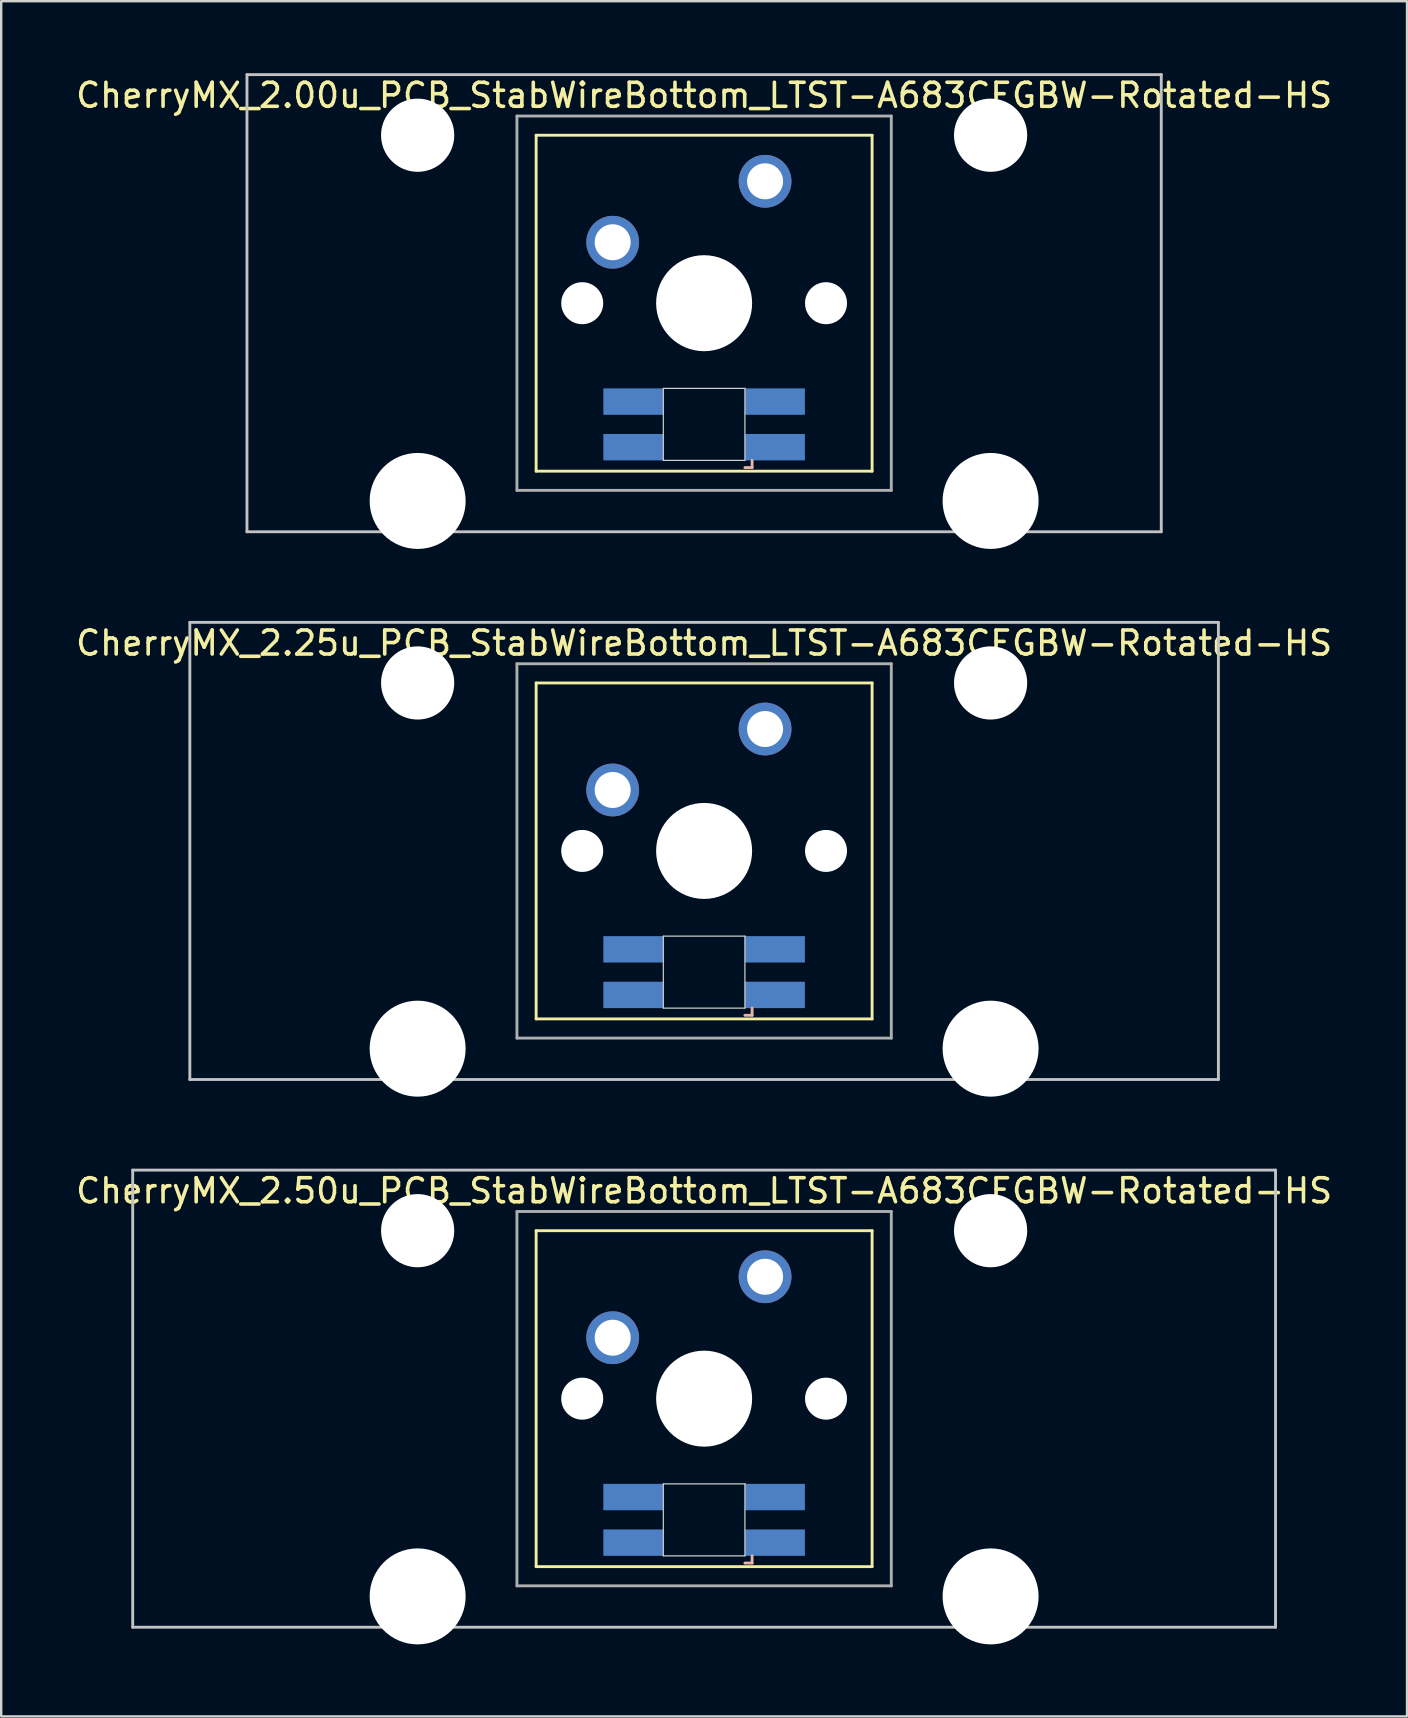
<source format=kicad_pcb>
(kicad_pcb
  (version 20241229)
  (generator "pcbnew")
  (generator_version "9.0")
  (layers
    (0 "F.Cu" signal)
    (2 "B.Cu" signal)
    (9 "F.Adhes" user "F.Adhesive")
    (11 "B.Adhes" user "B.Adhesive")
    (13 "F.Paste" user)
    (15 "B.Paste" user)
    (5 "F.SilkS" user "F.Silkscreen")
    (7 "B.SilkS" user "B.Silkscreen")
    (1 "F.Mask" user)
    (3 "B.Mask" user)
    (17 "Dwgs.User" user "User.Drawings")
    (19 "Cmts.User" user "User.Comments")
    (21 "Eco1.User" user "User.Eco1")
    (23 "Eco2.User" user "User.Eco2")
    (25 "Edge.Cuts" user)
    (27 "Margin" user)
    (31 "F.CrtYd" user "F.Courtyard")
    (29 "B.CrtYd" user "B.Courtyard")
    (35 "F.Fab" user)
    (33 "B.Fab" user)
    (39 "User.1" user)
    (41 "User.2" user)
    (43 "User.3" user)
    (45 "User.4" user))
  (footprint "CherryMX_2.50u_PCB_StabWireBottom_LTST-A683CEGBW-Rotated-HS"
    (layer "F.Cu")
    (at 26.292 55.235)
    (property "Reference" "CherryMX_2.50u_PCB_StabWireBottom_LTST-A683CEGBW-Rotated-HS" (at 0 -8.662 0) (layer "F.SilkS") (effects (font (size 1 1) (thickness 0.15))))
    (attr through_hole)
    (fp_line (start -7 -7) (end -7 7) (stroke (width 0.12) (type solid)) (layer "F.SilkS"))
    (fp_line (start -7 -7) (end 7 -7) (stroke (width 0.12) (type solid)) (layer "F.SilkS"))
    (fp_line (start 7 -7) (end 7 7) (stroke (width 0.12) (type solid)) (layer "F.SilkS"))
    (fp_line (start 7 7) (end -7 7) (stroke (width 0.12) (type solid)) (layer "F.SilkS"))
    (fp_line (start 1.7 6.85) (end 2 6.85) (stroke (width 0.12) (type solid)) (layer "B.SilkS"))
    (fp_line (start 2 6.85) (end 2 6.55) (stroke (width 0.12) (type solid)) (layer "B.SilkS"))
    (fp_line (start -23.812 -9.525) (end 23.812 -9.525) (stroke (width 0.12) (type solid)) (layer "Dwgs.User"))
    (fp_line (start -23.812 9.525) (end -23.812 -9.525) (stroke (width 0.12) (type solid)) (layer "Dwgs.User"))
    (fp_line (start 23.812 -9.525) (end 23.812 9.525) (stroke (width 0.12) (type solid)) (layer "Dwgs.User"))
    (fp_line (start 23.812 9.525) (end -23.812 9.525) (stroke (width 0.12) (type solid)) (layer "Dwgs.User"))
    (fp_line (start -1.7 3.55) (end 1.7 3.55) (stroke (width 0.05) (type solid)) (layer "Edge.Cuts"))
    (fp_line (start -1.7 6.55) (end -1.7 3.55) (stroke (width 0.05) (type solid)) (layer "Edge.Cuts"))
    (fp_line (start 1.7 3.55) (end 1.7 6.55) (stroke (width 0.05) (type solid)) (layer "Edge.Cuts"))
    (fp_line (start 1.7 6.55) (end -1.7 6.55) (stroke (width 0.05) (type solid)) (layer "Edge.Cuts"))
    (fp_line (start -7.8 -7.8) (end -7.8 7.8) (stroke (width 0.12) (type solid)) (layer "F.Fab"))
    (fp_line (start -7.8 -7.8) (end 7.8 -7.8) (stroke (width 0.12) (type solid)) (layer "F.Fab"))
    (fp_line (start -7.8 7.8) (end 7.8 7.8) (stroke (width 0.12) (type solid)) (layer "F.Fab"))
    (fp_line (start 7.8 -7.8) (end 7.8 7.8) (stroke (width 0.12) (type solid)) (layer "F.Fab"))
    (pad "" np_thru_hole circle (at -11.938 -7) (size 3.05 3.05) (drill 3.05) (layers "*.Cu" "*.Mask"))
    (pad "" np_thru_hole circle (at -11.938 8.24) (size 4 4) (drill 4) (layers "*.Cu" "*.Mask"))
    (pad "" np_thru_hole circle (at -5.08 0) (size 1.75 1.75) (drill 1.75) (layers "*.Cu" "*.Mask"))
    (pad "" np_thru_hole circle (at 0 0) (size 4 4) (drill 4) (layers "*.Cu" "*.Mask"))
    (pad "" np_thru_hole circle (at 5.08 0) (size 1.75 1.75) (drill 1.75) (layers "*.Cu" "*.Mask"))
    (pad "" np_thru_hole circle (at 11.938 -7) (size 3.05 3.05) (drill 3.05) (layers "*.Cu" "*.Mask"))
    (pad "" np_thru_hole circle (at 11.938 8.24) (size 4 4) (drill 4) (layers "*.Cu" "*.Mask"))
    (pad "1" thru_hole circle (at -3.81 -2.54) (size 2.2 2.2) (drill 1.5) (layers "*.Cu" "*.Mask"))
    (pad "2" thru_hole circle (at 2.54 -5.08) (size 2.2 2.2) (drill 1.5) (layers "*.Cu" "*.Mask"))
    (pad "3" smd rect (at 2.95 6) (size 2.5 1.1) (layers "B.Cu" "B.Mask" "B.Paste"))
    (pad "4" smd rect (at 2.95 4.1) (size 2.5 1.1) (layers "B.Cu" "B.Mask" "B.Paste"))
    (pad "5" smd rect (at -2.95 6) (size 2.5 1.1) (layers "B.Cu" "B.Mask" "B.Paste"))
    (pad "6" smd rect (at -2.95 4.1) (size 2.5 1.1) (layers "B.Cu" "B.Mask" "B.Paste")))
  (footprint "CherryMX_2.00u_PCB_StabWireBottom_LTST-A683CEGBW-Rotated-HS"
    (layer "F.Cu")
    (at 26.292 9.585)
    (property "Reference" "CherryMX_2.00u_PCB_StabWireBottom_LTST-A683CEGBW-Rotated-HS" (at 0 -8.662 0) (layer "F.SilkS") (effects (font (size 1 1) (thickness 0.15))))
    (attr through_hole)
    (fp_line (start -7 -7) (end -7 7) (stroke (width 0.12) (type solid)) (layer "F.SilkS"))
    (fp_line (start -7 -7) (end 7 -7) (stroke (width 0.12) (type solid)) (layer "F.SilkS"))
    (fp_line (start 7 -7) (end 7 7) (stroke (width 0.12) (type solid)) (layer "F.SilkS"))
    (fp_line (start 7 7) (end -7 7) (stroke (width 0.12) (type solid)) (layer "F.SilkS"))
    (fp_line (start 1.7 6.85) (end 2 6.85) (stroke (width 0.12) (type solid)) (layer "B.SilkS"))
    (fp_line (start 2 6.85) (end 2 6.55) (stroke (width 0.12) (type solid)) (layer "B.SilkS"))
    (fp_line (start -19.05 -9.525) (end 19.05 -9.525) (stroke (width 0.12) (type solid)) (layer "Dwgs.User"))
    (fp_line (start -19.05 9.525) (end -19.05 -9.525) (stroke (width 0.12) (type solid)) (layer "Dwgs.User"))
    (fp_line (start 19.05 -9.525) (end 19.05 9.525) (stroke (width 0.12) (type solid)) (layer "Dwgs.User"))
    (fp_line (start 19.05 9.525) (end -19.05 9.525) (stroke (width 0.12) (type solid)) (layer "Dwgs.User"))
    (fp_line (start -1.7 3.55) (end 1.7 3.55) (stroke (width 0.05) (type solid)) (layer "Edge.Cuts"))
    (fp_line (start -1.7 6.55) (end -1.7 3.55) (stroke (width 0.05) (type solid)) (layer "Edge.Cuts"))
    (fp_line (start 1.7 3.55) (end 1.7 6.55) (stroke (width 0.05) (type solid)) (layer "Edge.Cuts"))
    (fp_line (start 1.7 6.55) (end -1.7 6.55) (stroke (width 0.05) (type solid)) (layer "Edge.Cuts"))
    (fp_line (start -7.8 -7.8) (end -7.8 7.8) (stroke (width 0.12) (type solid)) (layer "F.Fab"))
    (fp_line (start -7.8 -7.8) (end 7.8 -7.8) (stroke (width 0.12) (type solid)) (layer "F.Fab"))
    (fp_line (start -7.8 7.8) (end 7.8 7.8) (stroke (width 0.12) (type solid)) (layer "F.Fab"))
    (fp_line (start 7.8 -7.8) (end 7.8 7.8) (stroke (width 0.12) (type solid)) (layer "F.Fab"))
    (pad "" np_thru_hole circle (at -11.938 -7) (size 3.05 3.05) (drill 3.05) (layers "*.Cu" "*.Mask"))
    (pad "" np_thru_hole circle (at -11.938 8.24) (size 4 4) (drill 4) (layers "*.Cu" "*.Mask"))
    (pad "" np_thru_hole circle (at -5.08 0) (size 1.75 1.75) (drill 1.75) (layers "*.Cu" "*.Mask"))
    (pad "" np_thru_hole circle (at 0 0) (size 4 4) (drill 4) (layers "*.Cu" "*.Mask"))
    (pad "" np_thru_hole circle (at 5.08 0) (size 1.75 1.75) (drill 1.75) (layers "*.Cu" "*.Mask"))
    (pad "" np_thru_hole circle (at 11.938 -7) (size 3.05 3.05) (drill 3.05) (layers "*.Cu" "*.Mask"))
    (pad "" np_thru_hole circle (at 11.938 8.24) (size 4 4) (drill 4) (layers "*.Cu" "*.Mask"))
    (pad "1" thru_hole circle (at -3.81 -2.54) (size 2.2 2.2) (drill 1.5) (layers "*.Cu" "*.Mask"))
    (pad "2" thru_hole circle (at 2.54 -5.08) (size 2.2 2.2) (drill 1.5) (layers "*.Cu" "*.Mask"))
    (pad "3" smd rect (at 2.95 6) (size 2.5 1.1) (layers "B.Cu" "B.Mask" "B.Paste"))
    (pad "4" smd rect (at 2.95 4.1) (size 2.5 1.1) (layers "B.Cu" "B.Mask" "B.Paste"))
    (pad "5" smd rect (at -2.95 6) (size 2.5 1.1) (layers "B.Cu" "B.Mask" "B.Paste"))
    (pad "6" smd rect (at -2.95 4.1) (size 2.5 1.1) (layers "B.Cu" "B.Mask" "B.Paste")))
  (footprint "CherryMX_2.25u_PCB_StabWireBottom_LTST-A683CEGBW-Rotated-HS"
    (layer "F.Cu")
    (at 26.292 32.41)
    (property "Reference" "CherryMX_2.25u_PCB_StabWireBottom_LTST-A683CEGBW-Rotated-HS" (at 0 -8.662 0) (layer "F.SilkS") (effects (font (size 1 1) (thickness 0.15))))
    (attr through_hole)
    (fp_line (start -7 -7) (end -7 7) (stroke (width 0.12) (type solid)) (layer "F.SilkS"))
    (fp_line (start -7 -7) (end 7 -7) (stroke (width 0.12) (type solid)) (layer "F.SilkS"))
    (fp_line (start 7 -7) (end 7 7) (stroke (width 0.12) (type solid)) (layer "F.SilkS"))
    (fp_line (start 7 7) (end -7 7) (stroke (width 0.12) (type solid)) (layer "F.SilkS"))
    (fp_line (start 1.7 6.85) (end 2 6.85) (stroke (width 0.12) (type solid)) (layer "B.SilkS"))
    (fp_line (start 2 6.85) (end 2 6.55) (stroke (width 0.12) (type solid)) (layer "B.SilkS"))
    (fp_line (start -21.431 -9.525) (end 21.431 -9.525) (stroke (width 0.12) (type solid)) (layer "Dwgs.User"))
    (fp_line (start -21.431 9.525) (end -21.431 -9.525) (stroke (width 0.12) (type solid)) (layer "Dwgs.User"))
    (fp_line (start 21.431 -9.525) (end 21.431 9.525) (stroke (width 0.12) (type solid)) (layer "Dwgs.User"))
    (fp_line (start 21.431 9.525) (end -21.431 9.525) (stroke (width 0.12) (type solid)) (layer "Dwgs.User"))
    (fp_line (start -1.7 3.55) (end 1.7 3.55) (stroke (width 0.05) (type solid)) (layer "Edge.Cuts"))
    (fp_line (start -1.7 6.55) (end -1.7 3.55) (stroke (width 0.05) (type solid)) (layer "Edge.Cuts"))
    (fp_line (start 1.7 3.55) (end 1.7 6.55) (stroke (width 0.05) (type solid)) (layer "Edge.Cuts"))
    (fp_line (start 1.7 6.55) (end -1.7 6.55) (stroke (width 0.05) (type solid)) (layer "Edge.Cuts"))
    (fp_line (start -7.8 -7.8) (end -7.8 7.8) (stroke (width 0.12) (type solid)) (layer "F.Fab"))
    (fp_line (start -7.8 -7.8) (end 7.8 -7.8) (stroke (width 0.12) (type solid)) (layer "F.Fab"))
    (fp_line (start -7.8 7.8) (end 7.8 7.8) (stroke (width 0.12) (type solid)) (layer "F.Fab"))
    (fp_line (start 7.8 -7.8) (end 7.8 7.8) (stroke (width 0.12) (type solid)) (layer "F.Fab"))
    (pad "" np_thru_hole circle (at -11.938 -7) (size 3.05 3.05) (drill 3.05) (layers "*.Cu" "*.Mask"))
    (pad "" np_thru_hole circle (at -11.938 8.24) (size 4 4) (drill 4) (layers "*.Cu" "*.Mask"))
    (pad "" np_thru_hole circle (at -5.08 0) (size 1.75 1.75) (drill 1.75) (layers "*.Cu" "*.Mask"))
    (pad "" np_thru_hole circle (at 0 0) (size 4 4) (drill 4) (layers "*.Cu" "*.Mask"))
    (pad "" np_thru_hole circle (at 5.08 0) (size 1.75 1.75) (drill 1.75) (layers "*.Cu" "*.Mask"))
    (pad "" np_thru_hole circle (at 11.938 -7) (size 3.05 3.05) (drill 3.05) (layers "*.Cu" "*.Mask"))
    (pad "" np_thru_hole circle (at 11.938 8.24) (size 4 4) (drill 4) (layers "*.Cu" "*.Mask"))
    (pad "1" thru_hole circle (at -3.81 -2.54) (size 2.2 2.2) (drill 1.5) (layers "*.Cu" "*.Mask"))
    (pad "2" thru_hole circle (at 2.54 -5.08) (size 2.2 2.2) (drill 1.5) (layers "*.Cu" "*.Mask"))
    (pad "3" smd rect (at 2.95 6) (size 2.5 1.1) (layers "B.Cu" "B.Mask" "B.Paste"))
    (pad "4" smd rect (at 2.95 4.1) (size 2.5 1.1) (layers "B.Cu" "B.Mask" "B.Paste"))
    (pad "5" smd rect (at -2.95 6) (size 2.5 1.1) (layers "B.Cu" "B.Mask" "B.Paste"))
    (pad "6" smd rect (at -2.95 4.1) (size 2.5 1.1) (layers "B.Cu" "B.Mask" "B.Paste")))
  (gr_rect
    (start -3 -3)
    (end 55.583 68.475)
    (stroke (width 0.1) (type default))
    (fill no)
    (layer "Edge.Cuts")))
</source>
